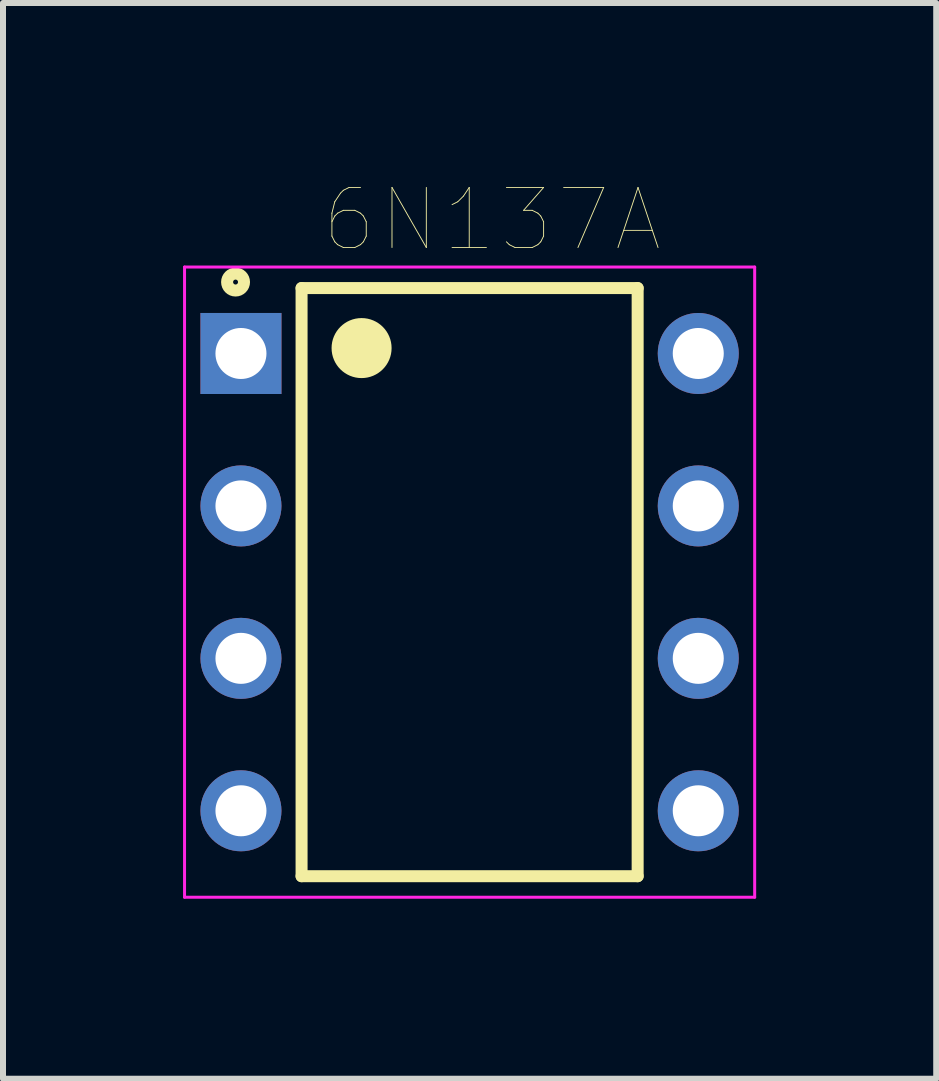
<source format=kicad_pcb>
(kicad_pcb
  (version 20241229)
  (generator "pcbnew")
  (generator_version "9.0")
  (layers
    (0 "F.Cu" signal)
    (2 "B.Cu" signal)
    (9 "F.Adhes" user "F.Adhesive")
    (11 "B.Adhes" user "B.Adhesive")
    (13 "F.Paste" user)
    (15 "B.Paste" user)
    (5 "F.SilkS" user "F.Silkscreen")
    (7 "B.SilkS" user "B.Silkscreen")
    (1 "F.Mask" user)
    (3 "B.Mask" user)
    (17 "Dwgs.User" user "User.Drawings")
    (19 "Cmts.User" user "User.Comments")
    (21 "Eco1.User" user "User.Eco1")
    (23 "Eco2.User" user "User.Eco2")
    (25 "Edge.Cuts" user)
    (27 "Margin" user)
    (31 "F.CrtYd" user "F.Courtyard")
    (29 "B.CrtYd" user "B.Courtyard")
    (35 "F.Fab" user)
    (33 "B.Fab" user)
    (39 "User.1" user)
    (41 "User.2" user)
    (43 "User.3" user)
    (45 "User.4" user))
  (footprint "6N137A"
    (layer "F.Cu")
    (at 4.775 6.65)
    (property "Reference" "6N137A" (at 0.375 -6.038 0) (layer "F.SilkS") (effects (font (size 1.001 1.001) (thickness 0.015))))
    (attr through_hole)
    (fp_line (start -2.8 -4.9) (end 2.8 -4.9) (stroke (width 0.2) (type solid)) (layer "F.SilkS"))
    (fp_line (start -2.8 4.9) (end -2.8 -4.9) (stroke (width 0.2) (type solid)) (layer "F.SilkS"))
    (fp_line (start 2.8 -4.9) (end 2.8 4.9) (stroke (width 0.2) (type solid)) (layer "F.SilkS"))
    (fp_line (start 2.8 4.9) (end -2.8 4.9) (stroke (width 0.2) (type solid)) (layer "F.SilkS"))
    (fp_circle (center -3.9 -5) (end -3.759 -5) (stroke (width 0.2) (type solid)) (fill no) (layer "F.SilkS"))
    (fp_circle (center -1.9 -3.9) (end -1.759 -3.9) (stroke (width 0.2) (type solid)) (fill no) (layer "F.SilkS"))
    (fp_circle (center -1.8 -3.9) (end -1.576 -3.9) (stroke (width 0.2) (type solid)) (fill no) (layer "F.SilkS"))
    (fp_circle (center -1.8 -3.9) (end -1.4 -3.9) (stroke (width 0.2) (type solid)) (fill no) (layer "F.SilkS"))
    (fp_circle (center -1.7 -3.9) (end -1.5 -3.9) (stroke (width 0.2) (type solid)) (fill no) (layer "F.SilkS"))
    (fp_line (start -4.75 -5.25) (end 4.75 -5.25) (stroke (width 0.05) (type solid)) (layer "F.CrtYd"))
    (fp_line (start -4.75 5.25) (end -4.75 -5.25) (stroke (width 0.05) (type solid)) (layer "F.CrtYd"))
    (fp_line (start 4.75 -5.25) (end 4.75 5.25) (stroke (width 0.05) (type solid)) (layer "F.CrtYd"))
    (fp_line (start 4.75 5.25) (end -4.75 5.25) (stroke (width 0.05) (type solid)) (layer "F.CrtYd"))
    (pad "1" thru_hole rect (at -3.81 -3.81) (size 1.35 1.35) (drill 0.85) (layers "*.Cu" "*.Mask"))
    (pad "2" thru_hole circle (at -3.81 -1.27) (size 1.35 1.35) (drill 0.85) (layers "*.Cu" "*.Mask"))
    (pad "3" thru_hole circle (at -3.81 1.27) (size 1.35 1.35) (drill 0.85) (layers "*.Cu" "*.Mask"))
    (pad "4" thru_hole circle (at -3.81 3.81) (size 1.35 1.35) (drill 0.85) (layers "*.Cu" "*.Mask"))
    (pad "5" thru_hole circle (at 3.81 3.81) (size 1.35 1.35) (drill 0.85) (layers "*.Cu" "*.Mask"))
    (pad "6" thru_hole circle (at 3.81 1.27) (size 1.35 1.35) (drill 0.85) (layers "*.Cu" "*.Mask"))
    (pad "7" thru_hole circle (at 3.81 -1.27) (size 1.35 1.35) (drill 0.85) (layers "*.Cu" "*.Mask"))
    (pad "8" thru_hole circle (at 3.81 -3.81) (size 1.35 1.35) (drill 0.85) (layers "*.Cu" "*.Mask")))
  (gr_rect
    (start -3 -3)
    (end 12.55 14.925)
    (stroke (width 0.1) (type default))
    (fill no)
    (layer "Edge.Cuts")))
</source>
